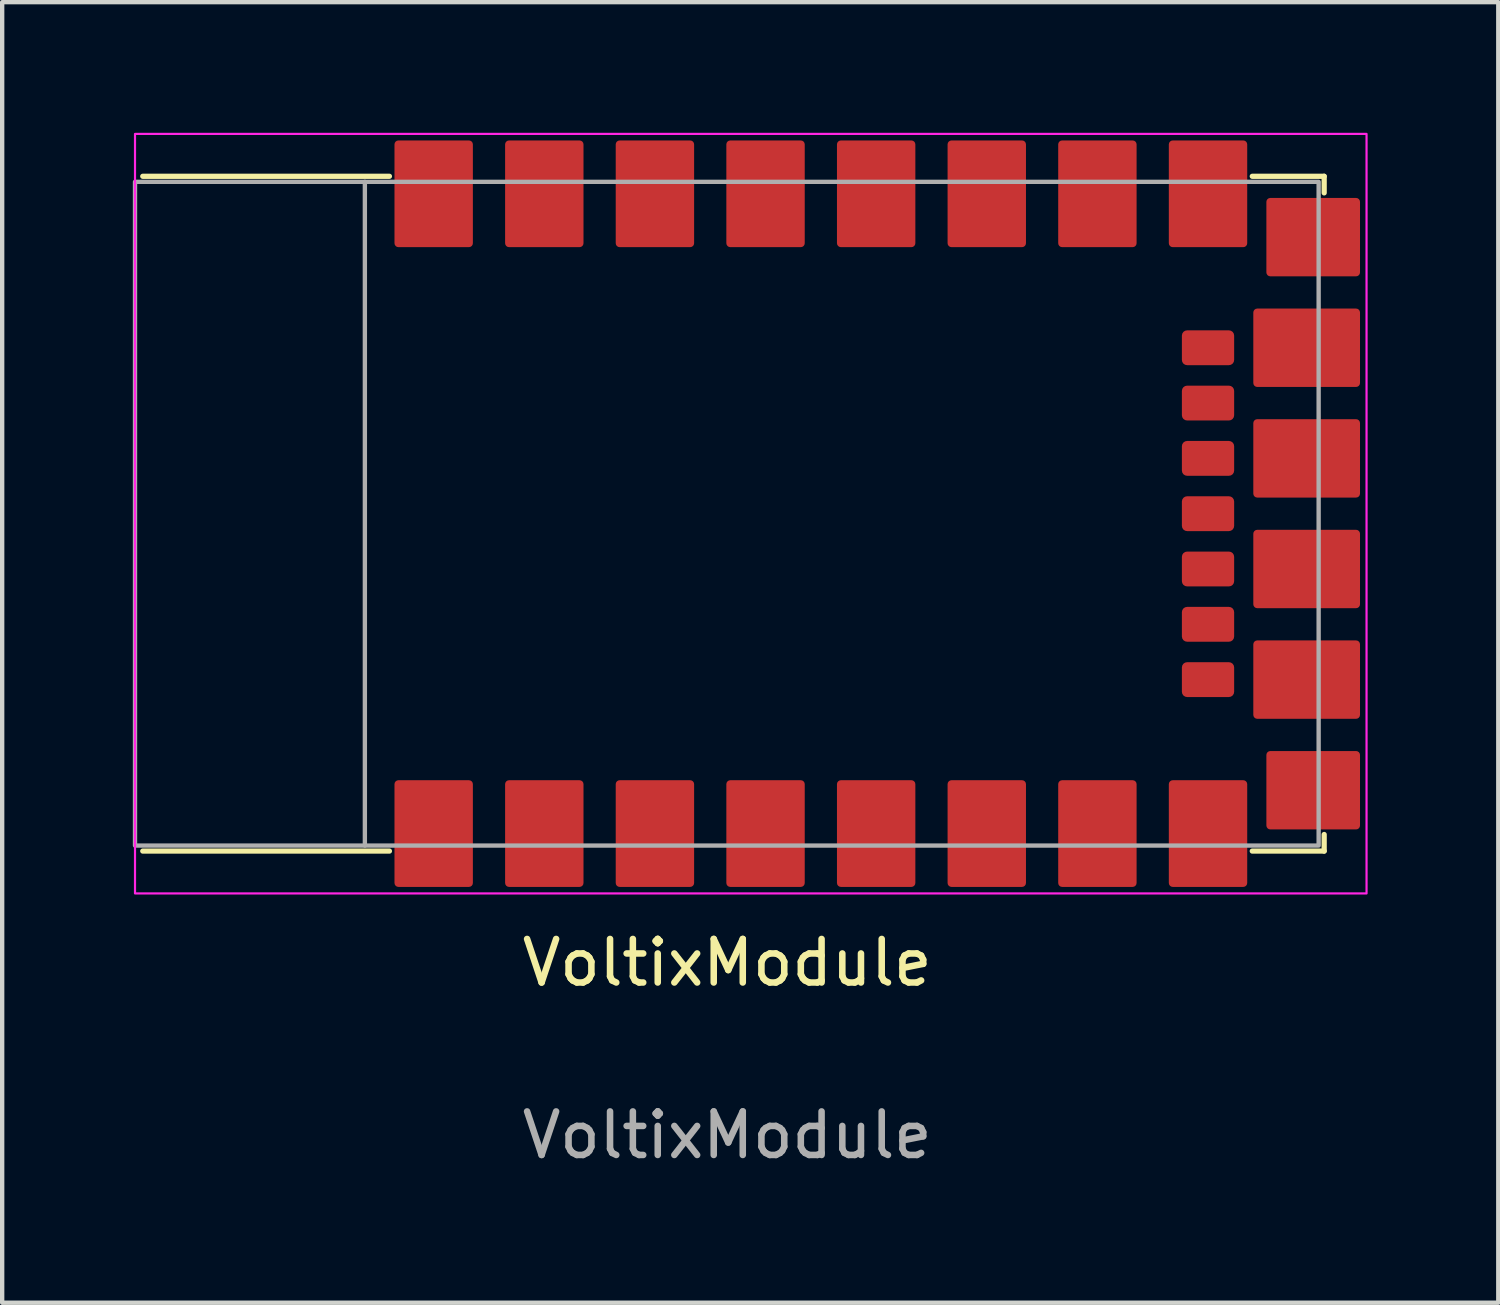
<source format=kicad_pcb>
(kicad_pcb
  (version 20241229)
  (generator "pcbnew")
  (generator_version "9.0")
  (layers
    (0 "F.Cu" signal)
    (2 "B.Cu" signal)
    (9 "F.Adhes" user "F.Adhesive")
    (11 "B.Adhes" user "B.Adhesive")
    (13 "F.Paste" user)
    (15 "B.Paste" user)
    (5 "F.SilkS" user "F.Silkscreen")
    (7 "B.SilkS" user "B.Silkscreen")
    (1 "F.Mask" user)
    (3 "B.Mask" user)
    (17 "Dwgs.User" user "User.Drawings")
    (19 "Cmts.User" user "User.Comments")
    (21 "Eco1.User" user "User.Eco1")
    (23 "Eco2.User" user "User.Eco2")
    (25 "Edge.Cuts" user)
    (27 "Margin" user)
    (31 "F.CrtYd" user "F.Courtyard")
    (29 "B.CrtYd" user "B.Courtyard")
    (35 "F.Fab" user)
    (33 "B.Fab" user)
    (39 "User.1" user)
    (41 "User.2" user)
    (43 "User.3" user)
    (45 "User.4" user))
  (footprint "VoltixModule"
    (layer "F.Cu")
    (at 13.638 8.745)
    (property "Reference" "VoltixModule" (at 0.01 10.31 0) (unlocked yes) (layer "F.SilkS") (effects (font (size 1 1) (thickness 0.15))))
    (attr smd)
    (fp_line (start -7.746 -7.747) (end -13.41 -7.747) (stroke (width 0.12) (type solid)) (layer "F.SilkS"))
    (fp_line (start -7.746 7.747) (end -13.41 7.747) (stroke (width 0.12) (type solid)) (layer "F.SilkS"))
    (fp_line (start 13.717 -7.747) (end 12.066 -7.747) (stroke (width 0.12) (type solid)) (layer "F.SilkS"))
    (fp_line (start 13.717 -7.366) (end 13.717 -7.747) (stroke (width 0.12) (type solid)) (layer "F.SilkS"))
    (fp_line (start 13.717 7.366) (end 13.717 7.747) (stroke (width 0.12) (type solid)) (layer "F.SilkS"))
    (fp_line (start 13.717 7.747) (end 12.066 7.747) (stroke (width 0.12) (type solid)) (layer "F.SilkS"))
    (fp_rect (start 14.69 -8.72) (end -13.588 8.72) (stroke (width 0.05) (type solid)) (fill no) (layer "F.CrtYd"))
    (fp_line (start -8.31 7.62) (end -8.31 -7.62) (stroke (width 0.1) (type solid)) (layer "F.Fab"))
    (fp_rect (start 13.59 -7.62) (end -13.588 7.62) (stroke (width 0.1) (type solid)) (fill no) (layer "F.Fab"))
    (fp_text user "${REFERENCE}" (at 0.01 14.27 0) (unlocked yes) (layer "F.Fab") (effects (font (size 1 1) (thickness 0.15))))
    (pad "1" smd roundrect (at -6.73 -7.345 270) (size 2.45 1.8) (layers "F.Cu" "F.Mask" "F.Paste") (roundrect_rratio 0.05))
    (pad "2" smd roundrect (at -4.19 -7.345 270) (size 2.45 1.8) (layers "F.Cu" "F.Mask" "F.Paste") (roundrect_rratio 0.05))
    (pad "3" smd roundrect (at -1.65 -7.345 270) (size 2.45 1.8) (layers "F.Cu" "F.Mask" "F.Paste") (roundrect_rratio 0.05))
    (pad "4" smd roundrect (at 0.89 -7.345 270) (size 2.45 1.8) (layers "F.Cu" "F.Mask" "F.Paste") (roundrect_rratio 0.05))
    (pad "5" smd roundrect (at 3.43 -7.345 270) (size 2.45 1.8) (layers "F.Cu" "F.Mask" "F.Paste") (roundrect_rratio 0.05))
    (pad "6" smd roundrect (at 5.97 -7.345 270) (size 2.45 1.8) (layers "F.Cu" "F.Mask" "F.Paste") (roundrect_rratio 0.05))
    (pad "7" smd roundrect (at 8.51 -7.345 270) (size 2.45 1.8) (layers "F.Cu" "F.Mask" "F.Paste") (roundrect_rratio 0.05))
    (pad "8" smd roundrect (at 11.05 -7.345 270) (size 2.45 1.8) (layers "F.Cu" "F.Mask" "F.Paste") (roundrect_rratio 0.05))
    (pad "9" smd roundrect (at 13.465 -6.35 180) (size 2.15 1.8) (layers "F.Cu" "F.Mask" "F.Paste") (roundrect_rratio 0.05))
    (pad "10" smd roundrect (at 13.315 -3.81) (size 2.45 1.8) (layers "F.Cu" "F.Mask" "F.Paste") (roundrect_rratio 0.05))
    (pad "11" smd roundrect (at 13.315 -1.27) (size 2.45 1.8) (layers "F.Cu" "F.Mask" "F.Paste") (roundrect_rratio 0.05))
    (pad "12" smd roundrect (at 13.315 1.27) (size 2.45 1.8) (layers "F.Cu" "F.Mask" "F.Paste") (roundrect_rratio 0.05))
    (pad "13" smd roundrect (at 13.315 3.81) (size 2.45 1.8) (layers "F.Cu" "F.Mask" "F.Paste") (roundrect_rratio 0.05))
    (pad "14" smd roundrect (at 13.465 6.35 180) (size 2.15 1.8) (layers "F.Cu" "F.Mask" "F.Paste") (roundrect_rratio 0.05))
    (pad "15" smd roundrect (at 11.05 7.345 270) (size 2.45 1.8) (layers "F.Cu" "F.Mask" "F.Paste") (roundrect_rratio 0.05))
    (pad "16" smd roundrect (at 8.51 7.345 270) (size 2.45 1.8) (layers "F.Cu" "F.Mask" "F.Paste") (roundrect_rratio 0.05))
    (pad "17" smd roundrect (at 5.97 7.345 270) (size 2.45 1.8) (layers "F.Cu" "F.Mask" "F.Paste") (roundrect_rratio 0.05))
    (pad "18" smd roundrect (at 3.43 7.345 270) (size 2.45 1.8) (layers "F.Cu" "F.Mask" "F.Paste") (roundrect_rratio 0.05))
    (pad "19" smd roundrect (at 0.89 7.345 270) (size 2.45 1.8) (layers "F.Cu" "F.Mask" "F.Paste") (roundrect_rratio 0.05))
    (pad "20" smd roundrect (at -1.65 7.345 270) (size 2.45 1.8) (layers "F.Cu" "F.Mask" "F.Paste") (roundrect_rratio 0.05))
    (pad "21" smd roundrect (at -4.19 7.345 270) (size 2.45 1.8) (layers "F.Cu" "F.Mask" "F.Paste") (roundrect_rratio 0.05))
    (pad "22" smd roundrect (at -6.73 7.345 270) (size 2.45 1.8) (layers "F.Cu" "F.Mask" "F.Paste") (roundrect_rratio 0.05))
    (pad "23" smd roundrect (at 11.05 3.81 90) (size 0.8 1.2) (layers "F.Cu" "F.Mask" "F.Paste") (roundrect_rratio 0.15))
    (pad "24" smd roundrect (at 11.05 2.54 90) (size 0.8 1.2) (layers "F.Cu" "F.Mask" "F.Paste") (roundrect_rratio 0.15))
    (pad "25" smd roundrect (at 11.05 1.27 90) (size 0.8 1.2) (layers "F.Cu" "F.Mask" "F.Paste") (roundrect_rratio 0.15))
    (pad "26" smd roundrect (at 11.05 0 90) (size 0.8 1.2) (layers "F.Cu" "F.Mask" "F.Paste") (roundrect_rratio 0.15))
    (pad "27" smd roundrect (at 11.05 -1.27 90) (size 0.8 1.2) (layers "F.Cu" "F.Mask" "F.Paste") (roundrect_rratio 0.15))
    (pad "28" smd roundrect (at 11.05 -2.54 90) (size 0.8 1.2) (layers "F.Cu" "F.Mask" "F.Paste") (roundrect_rratio 0.15))
    (pad "29" smd roundrect (at 11.05 -3.81 90) (size 0.8 1.2) (layers "F.Cu" "F.Mask" "F.Paste") (roundrect_rratio 0.15)))
  (gr_rect
    (start -3 -3)
    (end 31.353 26.863)
    (stroke (width 0.1) (type default))
    (fill no)
    (layer "Edge.Cuts")))
</source>
